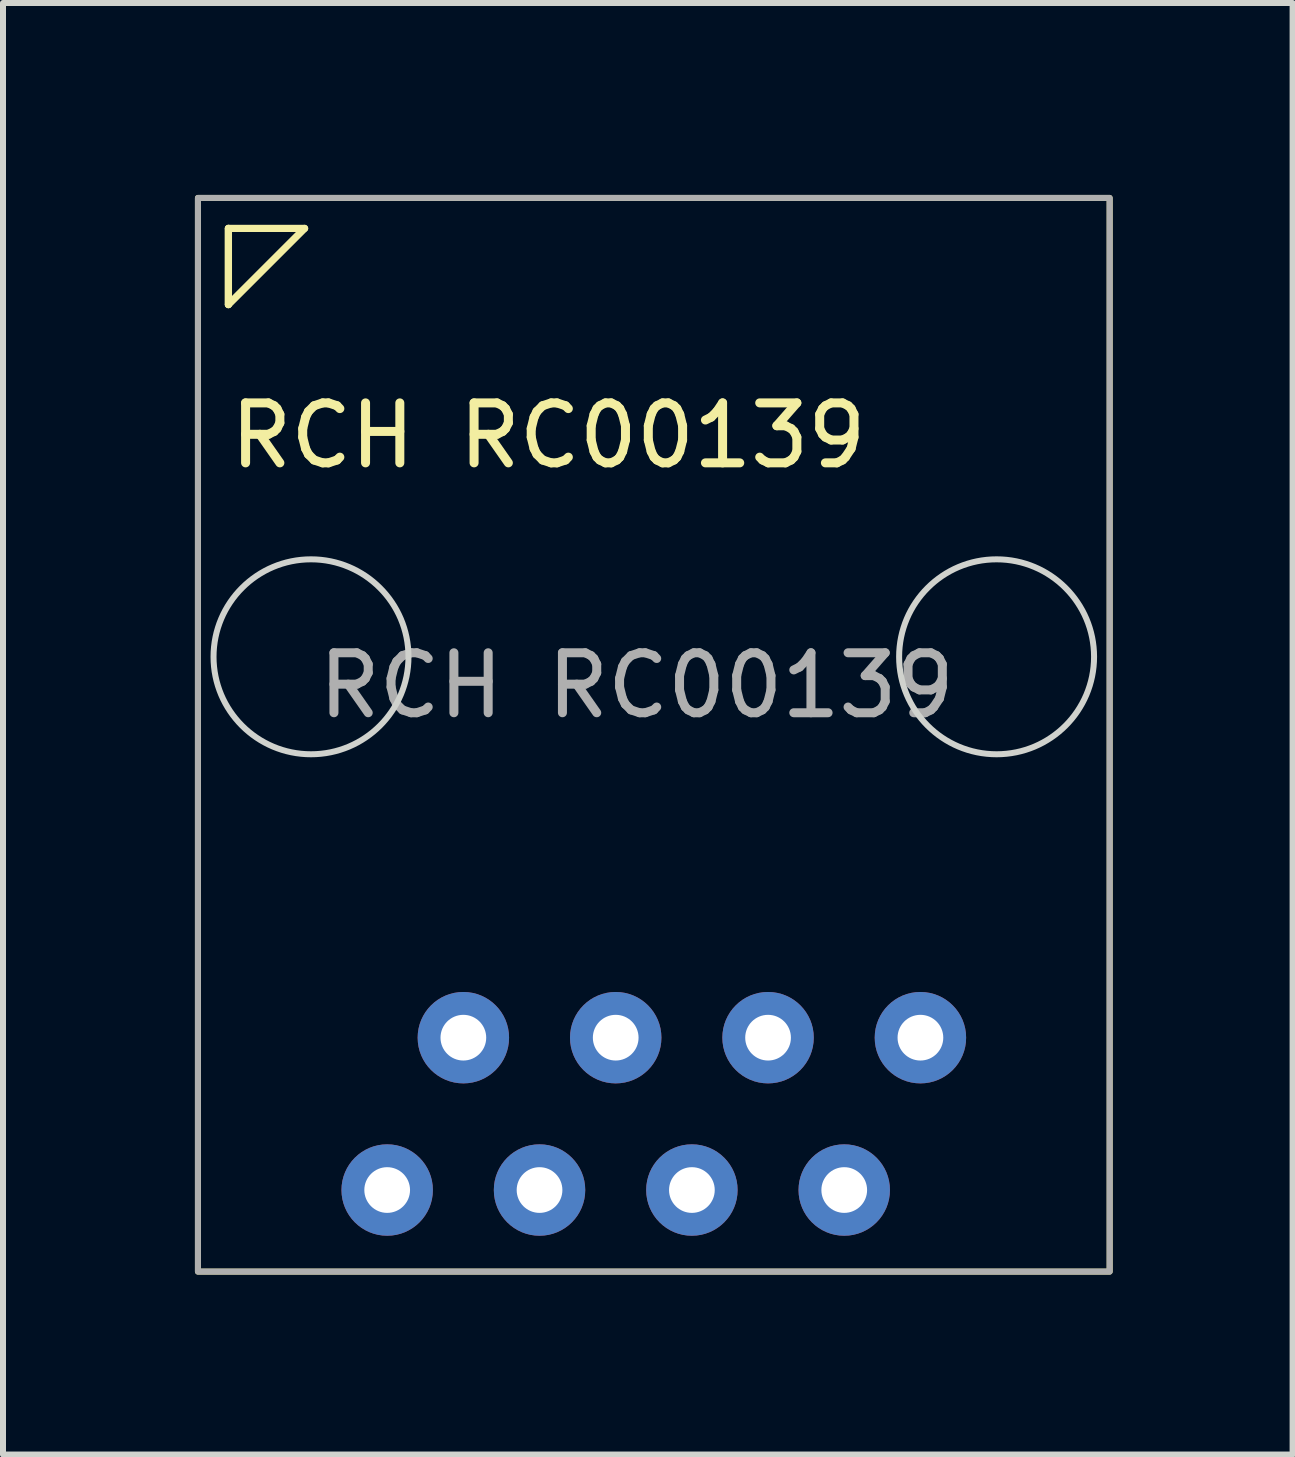
<source format=kicad_pcb>
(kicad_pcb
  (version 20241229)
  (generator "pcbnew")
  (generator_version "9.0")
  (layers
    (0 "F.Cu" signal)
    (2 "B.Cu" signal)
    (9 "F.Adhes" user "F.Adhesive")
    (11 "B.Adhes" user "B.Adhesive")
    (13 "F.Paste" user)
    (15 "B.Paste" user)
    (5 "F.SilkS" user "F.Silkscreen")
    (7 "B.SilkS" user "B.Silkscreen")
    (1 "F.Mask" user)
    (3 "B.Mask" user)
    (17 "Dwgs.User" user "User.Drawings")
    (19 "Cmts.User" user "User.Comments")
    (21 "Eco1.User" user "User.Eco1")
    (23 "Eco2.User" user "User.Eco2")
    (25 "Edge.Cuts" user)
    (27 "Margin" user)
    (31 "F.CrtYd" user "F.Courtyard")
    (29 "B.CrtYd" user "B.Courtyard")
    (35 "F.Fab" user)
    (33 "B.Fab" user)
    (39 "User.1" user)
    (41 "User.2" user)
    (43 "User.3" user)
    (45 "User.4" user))
  (footprint "RCH RC00139"
    (layer "F.Cu")
    (at 0.25 0.25)
    (property "Reference" "RCH RC00139" (at 5.842 3.962 0) (unlocked yes) (layer "F.SilkS") (effects (font (size 1 1) (thickness 0.15))))
    (attr through_hole)
    (fp_line (start 0.508 0.508) (end 0.508 1.778) (stroke (width 0.12) (type solid)) (layer "F.SilkS"))
    (fp_line (start 0.508 0.508) (end 1.778 0.508) (stroke (width 0.12) (type solid)) (layer "F.SilkS"))
    (fp_line (start 0.508 1.778) (end 0.508 0.508) (stroke (width 0.12) (type solid)) (layer "F.SilkS"))
    (fp_line (start 1.778 0.508) (end 0.508 1.778) (stroke (width 0.12) (type solid)) (layer "F.SilkS"))
    (fp_rect (start 0 0) (end 15.2 17.9) (stroke (width 0.1) (type solid)) (fill no) (layer "F.SilkS"))
    (fp_circle (center 1.885 7.65) (end 3.51 7.65) (stroke (width 0.1) (type solid)) (fill no) (layer "Edge.Cuts"))
    (fp_circle (center 13.315 7.65) (end 14.94 7.65) (stroke (width 0.1) (type solid)) (fill no) (layer "Edge.Cuts"))
    (fp_rect (start 0 0) (end 15.2 17.9) (stroke (width 0.1) (type solid)) (fill no) (layer "F.Fab"))
    (fp_text user "${REFERENCE}" (at 7.315 8.128 0) (unlocked yes) (layer "F.Fab") (effects (font (size 1 1) (thickness 0.15))))
    (pad "1" thru_hole circle (at 12.045 14) (size 1.524 1.524) (drill 0.762) (layers "*.Cu" "*.Mask"))
    (pad "2" thru_hole circle (at 10.775 16.54) (size 1.524 1.524) (drill 0.762) (layers "*.Cu" "*.Mask"))
    (pad "3" thru_hole circle (at 9.505 14) (size 1.524 1.524) (drill 0.762) (layers "*.Cu" "*.Mask"))
    (pad "4" thru_hole circle (at 8.235 16.54) (size 1.524 1.524) (drill 0.762) (layers "*.Cu" "*.Mask"))
    (pad "5" thru_hole circle (at 6.965 14) (size 1.524 1.524) (drill 0.762) (layers "*.Cu" "*.Mask"))
    (pad "6" thru_hole circle (at 5.695 16.54) (size 1.524 1.524) (drill 0.762) (layers "*.Cu" "*.Mask"))
    (pad "7" thru_hole circle (at 4.425 14) (size 1.524 1.524) (drill 0.762) (layers "*.Cu" "*.Mask"))
    (pad "8" thru_hole circle (at 3.155 16.54) (size 1.524 1.524) (drill 0.762) (layers "*.Cu" "*.Mask")))
  (gr_rect
    (start -3 -3)
    (end 18.5 21.2)
    (stroke (width 0.1) (type default))
    (fill no)
    (layer "Edge.Cuts")))
</source>
